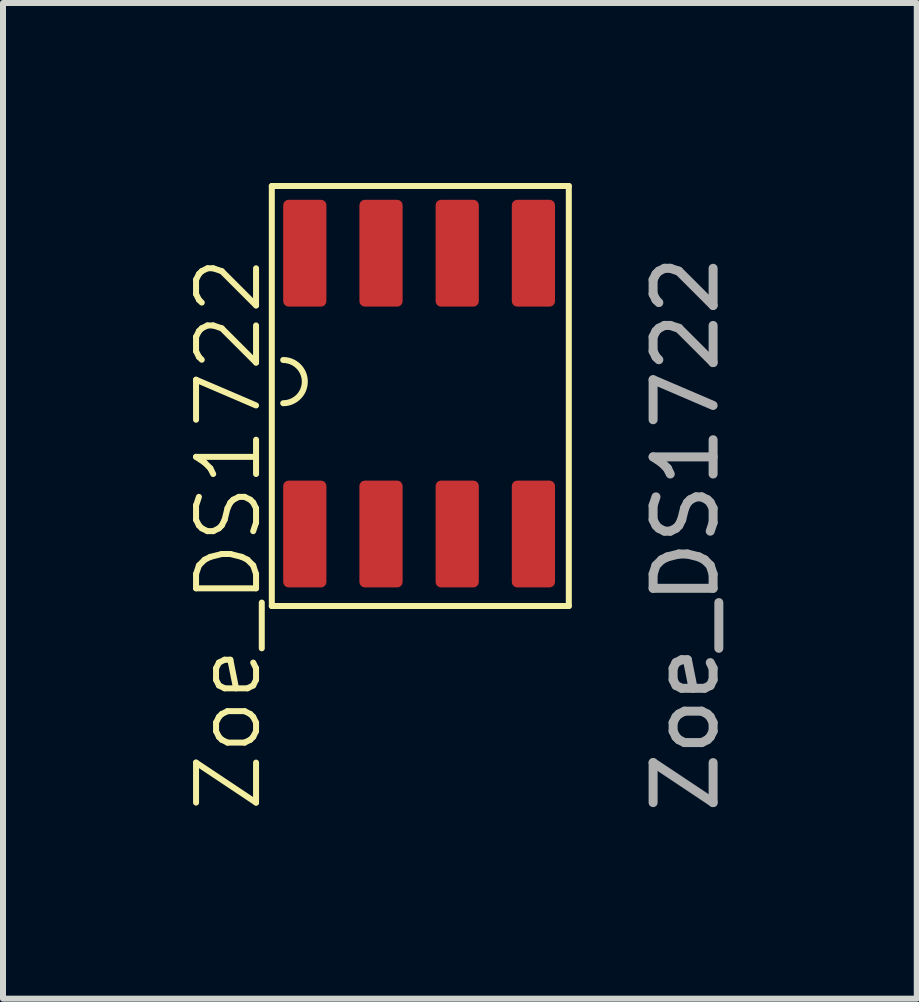
<source format=kicad_pcb>
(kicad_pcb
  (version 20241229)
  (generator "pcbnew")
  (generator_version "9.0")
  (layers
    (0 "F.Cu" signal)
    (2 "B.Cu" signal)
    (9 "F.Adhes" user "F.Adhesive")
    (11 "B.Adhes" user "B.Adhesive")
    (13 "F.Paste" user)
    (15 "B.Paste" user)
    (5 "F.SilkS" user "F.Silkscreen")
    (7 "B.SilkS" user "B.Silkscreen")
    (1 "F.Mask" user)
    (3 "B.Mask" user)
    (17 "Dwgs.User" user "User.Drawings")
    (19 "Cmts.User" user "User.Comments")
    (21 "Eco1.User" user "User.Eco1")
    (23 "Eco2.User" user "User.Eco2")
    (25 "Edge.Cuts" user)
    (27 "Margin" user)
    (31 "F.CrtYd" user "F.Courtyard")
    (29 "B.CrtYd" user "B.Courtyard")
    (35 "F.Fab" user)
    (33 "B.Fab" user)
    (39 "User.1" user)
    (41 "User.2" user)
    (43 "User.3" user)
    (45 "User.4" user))
  (footprint "Zoe_DS1722"
    (layer "F.Cu")
    (at 2.03 5.85)
    (property "Reference" "Zoe_DS1722" (at -1.27 0 90) (unlocked yes) (layer "F.SilkS") (effects (font (size 1 1) (thickness 0.1))))
    (attr smd)
    (fp_line (start -0.55 -5.8) (end 4.4 -5.8) (stroke (width 0.1) (type default)) (layer "F.SilkS"))
    (fp_line (start -0.55 1.2) (end -0.55 -5.8) (stroke (width 0.1) (type default)) (layer "F.SilkS"))
    (fp_line (start 4.4 1.2) (end -0.55 1.2) (stroke (width 0.1) (type default)) (layer "F.SilkS"))
    (fp_line (start 4.4 1.2) (end 4.4 -5.8) (stroke (width 0.1) (type default)) (layer "F.SilkS"))
    (fp_arc (start -0.360002 -2.9) (mid 0 -2.54) (end -0.360002 -2.18) (stroke (width 0.1) (type default)) (layer "F.SilkS"))
    (fp_text user "${REFERENCE}" (at 6.35 0 90) (unlocked yes) (layer "F.Fab") (effects (font (size 1 1) (thickness 0.15))))
    (pad "1" smd roundrect (at 0 0) (size 0.72 1.78) (layers "F.Cu" "F.Mask" "F.Paste") (roundrect_rratio 0.125))
    (pad "2" smd roundrect (at 1.27 0) (size 0.72 1.78) (layers "F.Cu" "F.Mask" "F.Paste") (roundrect_rratio 0.125))
    (pad "3" smd roundrect (at 2.54 0) (size 0.72 1.78) (layers "F.Cu" "F.Mask" "F.Paste") (roundrect_rratio 0.125))
    (pad "4" smd roundrect (at 3.81 0) (size 0.72 1.78) (layers "F.Cu" "F.Mask" "F.Paste") (roundrect_rratio 0.125))
    (pad "5" smd roundrect (at 3.81 -4.68) (size 0.72 1.78) (layers "F.Cu" "F.Mask" "F.Paste") (roundrect_rratio 0.125))
    (pad "6" smd roundrect (at 2.54 -4.68) (size 0.72 1.78) (layers "F.Cu" "F.Mask" "F.Paste") (roundrect_rratio 0.125))
    (pad "7" smd roundrect (at 1.27 -4.68) (size 0.72 1.78) (layers "F.Cu" "F.Mask" "F.Paste") (roundrect_rratio 0.125))
    (pad "8" smd roundrect (at 0 -4.68) (size 0.72 1.78) (layers "F.Cu" "F.Mask" "F.Paste") (roundrect_rratio 0.125))
    (zone (net_name "") (layer "F.SilkS") (name "SMD_chip") (hatch edge 0.5) (connect_pads) (min_thickness 0.25) (filled_areas_thickness no) (keepout (tracks not_allowed) (vias not_allowed) (pads not_allowed) (copperpour allowed) (footprints allowed)) (placement (enabled no)) (fill) (polygon (pts (xy 1.48 0.05) (xy 6.321 0.05) (xy 6.321 7.05) (xy 1.48 7.05)))))
  (gr_rect
    (start -3 -3)
    (end 12.229 13.594)
    (stroke (width 0.1) (type default))
    (fill no)
    (layer "Edge.Cuts")))
</source>
